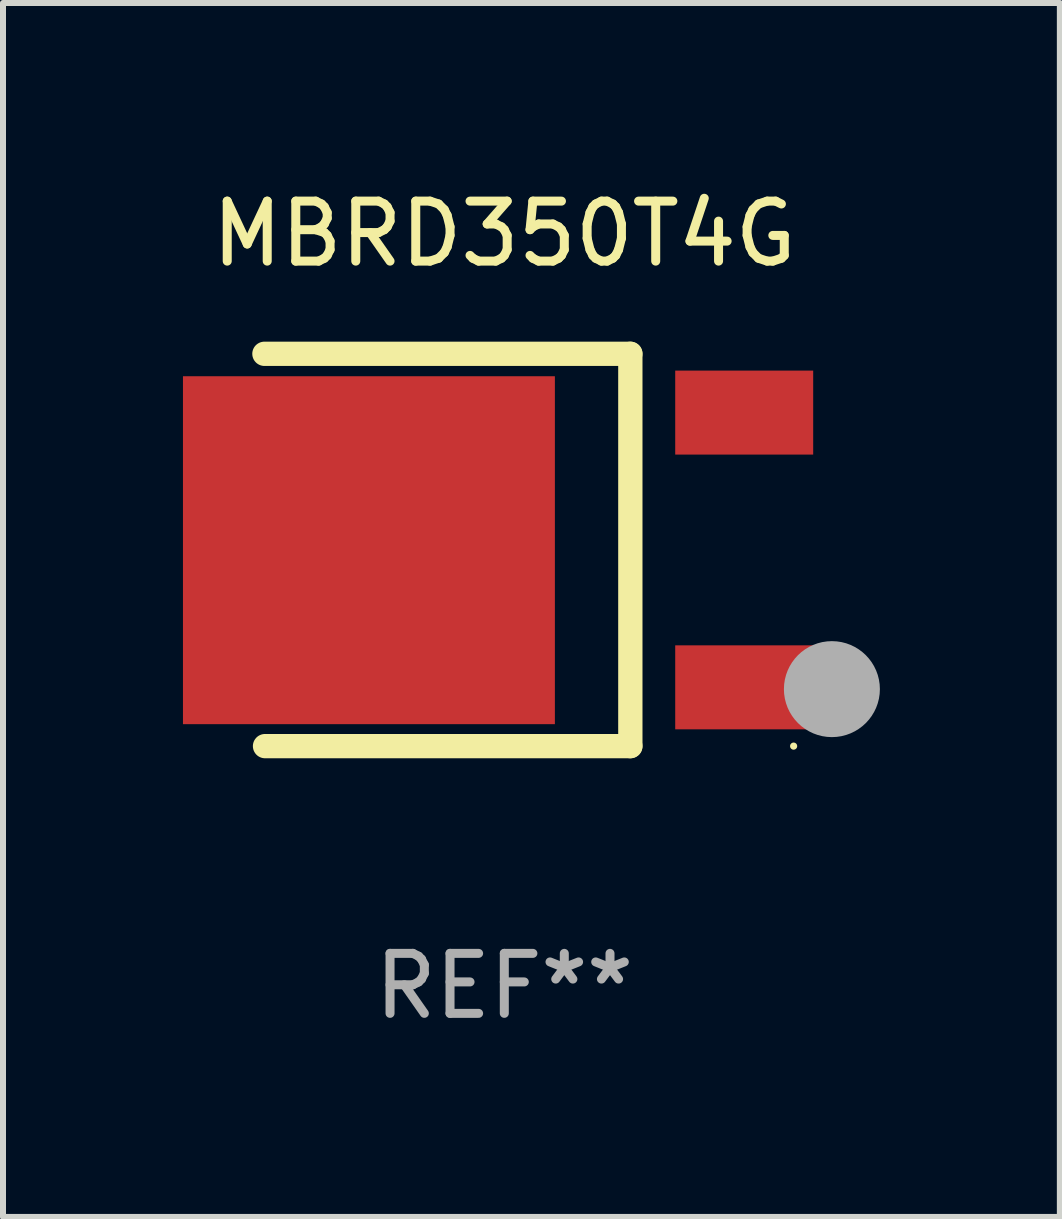
<source format=kicad_pcb>
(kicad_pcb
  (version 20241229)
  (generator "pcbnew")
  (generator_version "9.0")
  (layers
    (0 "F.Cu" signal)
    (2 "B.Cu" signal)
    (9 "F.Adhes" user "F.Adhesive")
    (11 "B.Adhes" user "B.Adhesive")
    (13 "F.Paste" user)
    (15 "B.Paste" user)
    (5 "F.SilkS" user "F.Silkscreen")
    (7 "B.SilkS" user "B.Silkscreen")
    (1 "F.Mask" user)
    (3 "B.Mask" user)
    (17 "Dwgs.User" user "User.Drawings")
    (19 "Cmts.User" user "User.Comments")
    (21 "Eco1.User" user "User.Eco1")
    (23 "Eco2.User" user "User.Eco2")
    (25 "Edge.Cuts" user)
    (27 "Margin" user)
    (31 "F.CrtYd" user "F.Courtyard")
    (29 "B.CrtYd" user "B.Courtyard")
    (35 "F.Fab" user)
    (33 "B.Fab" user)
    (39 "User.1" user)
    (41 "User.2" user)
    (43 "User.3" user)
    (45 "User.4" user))
  (footprint "MBRD350T4G"
    (layer "F.Cu")
    (at 5.357 6.118)
    (property "Reference" "MBRD350T4G" (at 0 -5.27 0) (layer "F.SilkS") (effects (font (size 1 1) (thickness 0.15))))
    (attr through_hole)
    (fp_line (start -3.999 -3.27) (end 2.101 -3.27) (stroke (width 0.405) (type solid)) (layer "F.SilkS"))
    (fp_line (start 2.101 -3.27) (end 2.101 3.27) (stroke (width 0.405) (type solid)) (layer "F.SilkS"))
    (fp_line (start 2.101 3.27) (end -3.989 3.27) (stroke (width 0.405) (type solid)) (layer "F.SilkS"))
    (fp_circle (center 4.823 3.27) (end 4.853 3.27) (stroke (width 0.06) (type solid)) (fill no) (layer "F.SilkS"))
    (fp_circle (center 5.461 2.32) (end 5.861 2.32) (stroke (width 0.8) (type solid)) (fill no) (layer "F.Fab"))
    (fp_text user "REF**" (at 0 7.27 0) (layer "F.Fab") (effects (font (size 1 1) (thickness 0.15))))
    (pad "1" smd rect (at 3.999 2.29) (size 2.3 1.4) (layers "F.Cu" "F.Mask" "F.Paste"))
    (pad "2" smd rect (at -2.257 0.004) (size 6.2 5.8) (layers "F.Cu" "F.Mask" "F.Paste"))
    (pad "3" smd rect (at 3.999 -2.29) (size 2.3 1.4) (layers "F.Cu" "F.Mask" "F.Paste")))
  (gr_rect
    (start -3 -3)
    (end 14.618 17.237)
    (stroke (width 0.1) (type default))
    (fill no)
    (layer "Edge.Cuts")))
</source>
